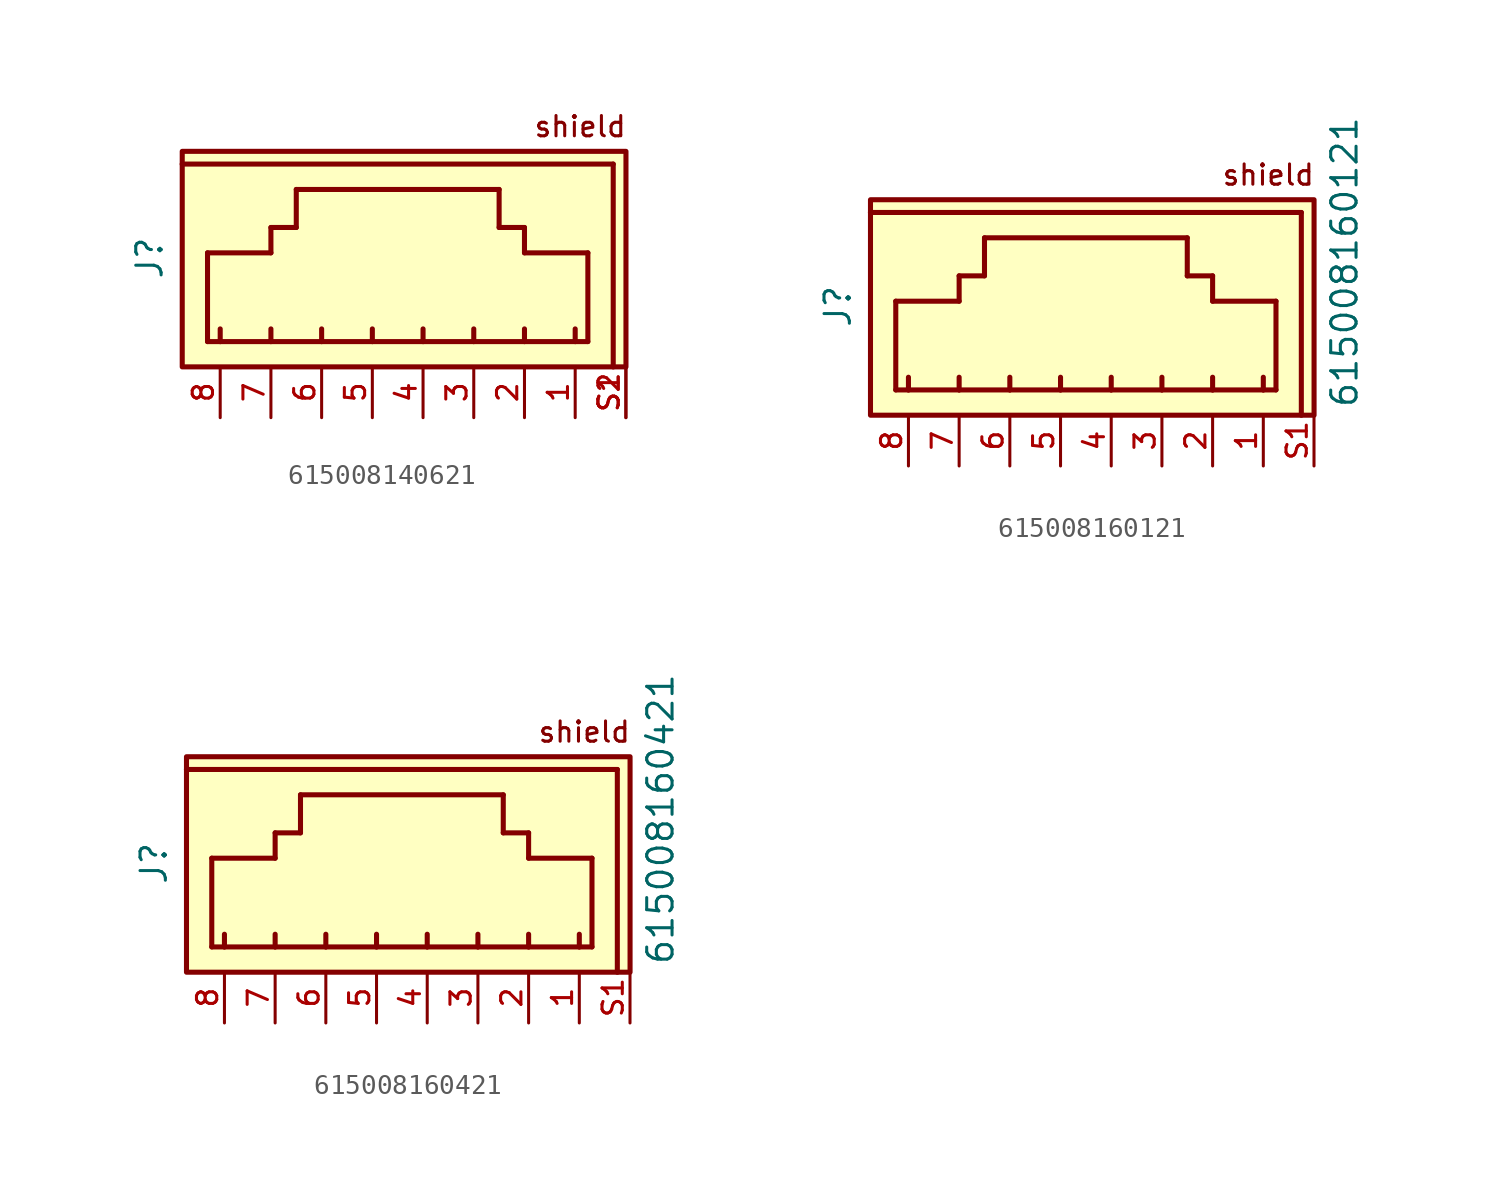
<source format=kicad_sym>
(kicad_symbol_lib
  (version 20231120)
  (generator "kicad_symbol_editor")
  (generator_version "8.0")
  (symbol "615008140621"
    (pin_names
      (offset 1.016))
    (property "Reference" "J"
      (at -12.957 0.378 90)
      (effects (font (size 1.27 1.27)) (justify bottom)))
    (symbol "615008140621_0_0"
      (rectangle (start -12.062 -5.077) (end 10.163 5.718) (stroke (width 0.254) (type default)) (fill (type background)))
      (polyline (pts (xy -12.065 5.08) (xy 9.525 5.08)) (stroke (width 0.254) (type default)) (fill (type none)))
      (polyline (pts (xy -10.795 -3.81) (xy -10.795 0.635)) (stroke (width 0.254) (type default)) (fill (type none)))
      (polyline (pts (xy -10.795 0.635) (xy -7.62 0.635)) (stroke (width 0.254) (type default)) (fill (type none)))
      (polyline (pts (xy -10.16 -3.81) (xy -10.795 -3.81)) (stroke (width 0.254) (type default)) (fill (type none)))
      (polyline (pts (xy -10.16 -3.81) (xy -10.16 -3.175)) (stroke (width 0.254) (type default)) (fill (type none)))
      (polyline (pts (xy -7.62 -3.81) (xy -10.16 -3.81)) (stroke (width 0.254) (type default)) (fill (type none)))
      (polyline (pts (xy -7.62 -3.81) (xy -7.62 -3.175)) (stroke (width 0.254) (type default)) (fill (type none)))
      (polyline (pts (xy -7.62 0.635) (xy -7.62 1.905)) (stroke (width 0.254) (type default)) (fill (type none)))
      (polyline (pts (xy -7.62 1.905) (xy -6.35 1.905)) (stroke (width 0.254) (type default)) (fill (type none)))
      (polyline (pts (xy -6.35 1.905) (xy -6.35 3.81)) (stroke (width 0.254) (type default)) (fill (type none)))
      (polyline (pts (xy -6.35 3.81) (xy 3.81 3.81)) (stroke (width 0.254) (type default)) (fill (type none)))
      (polyline (pts (xy -5.08 -3.81) (xy -7.62 -3.81)) (stroke (width 0.254) (type default)) (fill (type none)))
      (polyline (pts (xy -5.08 -3.81) (xy -5.08 -3.175)) (stroke (width 0.254) (type default)) (fill (type none)))
      (polyline (pts (xy -2.54 -3.81) (xy -5.08 -3.81)) (stroke (width 0.254) (type default)) (fill (type none)))
      (polyline (pts (xy -2.54 -3.81) (xy -2.54 -3.175)) (stroke (width 0.254) (type default)) (fill (type none)))
      (polyline (pts (xy 0 -3.81) (xy -2.54 -3.81)) (stroke (width 0.254) (type default)) (fill (type none)))
      (polyline (pts (xy 0 -3.81) (xy 0 -3.175)) (stroke (width 0.254) (type default)) (fill (type none)))
      (polyline (pts (xy 2.54 -3.81) (xy 0 -3.81)) (stroke (width 0.254) (type default)) (fill (type none)))
      (polyline (pts (xy 2.54 -3.81) (xy 2.54 -3.175)) (stroke (width 0.254) (type default)) (fill (type none)))
      (polyline (pts (xy 3.81 1.905) (xy 3.81 3.81)) (stroke (width 0.254) (type default)) (fill (type none)))
      (polyline (pts (xy 5.08 -3.81) (xy 2.54 -3.81)) (stroke (width 0.254) (type default)) (fill (type none)))
      (polyline (pts (xy 5.08 -3.81) (xy 5.08 -3.175)) (stroke (width 0.254) (type default)) (fill (type none)))
      (polyline (pts (xy 5.08 0.635) (xy 5.08 1.905)) (stroke (width 0.254) (type default)) (fill (type none)))
      (polyline (pts (xy 5.08 1.905) (xy 3.81 1.905)) (stroke (width 0.254) (type default)) (fill (type none)))
      (polyline (pts (xy 7.62 -3.81) (xy 5.08 -3.81)) (stroke (width 0.254) (type default)) (fill (type none)))
      (polyline (pts (xy 7.62 -3.81) (xy 7.62 -3.175)) (stroke (width 0.254) (type default)) (fill (type none)))
      (polyline (pts (xy 8.255 -3.81) (xy 7.62 -3.81)) (stroke (width 0.254) (type default)) (fill (type none)))
      (polyline (pts (xy 8.255 0.635) (xy 5.08 0.635)) (stroke (width 0.254) (type default)) (fill (type none)))
      (polyline (pts (xy 8.255 0.635) (xy 8.255 -3.81)) (stroke (width 0.254) (type default)) (fill (type none)))
      (polyline (pts (xy 9.525 5.08) (xy 9.525 -5.08)) (stroke (width 0.254) (type default)) (fill (type none)))
      (text "shield" (at 5.495 6.365 0) (effects (font (size 1.016 1.016)) (justify left bottom)))
      (pin passive line (at 7.62 -7.62 90) (length 2.54) (name "~" (effects (font (size 1.016 1.016)))) (number "1" (effects (font (size 1.016 1.016)))))
      (pin passive line (at 5.08 -7.62 90) (length 2.54) (name "~" (effects (font (size 1.016 1.016)))) (number "2" (effects (font (size 1.016 1.016)))))
      (pin passive line (at 2.54 -7.62 90) (length 2.54) (name "~" (effects (font (size 1.016 1.016)))) (number "3" (effects (font (size 1.016 1.016)))))
      (pin passive line (at 0 -7.62 90) (length 2.54) (name "~" (effects (font (size 1.016 1.016)))) (number "4" (effects (font (size 1.016 1.016)))))
      (pin passive line (at -2.54 -7.62 90) (length 2.54) (name "~" (effects (font (size 1.016 1.016)))) (number "5" (effects (font (size 1.016 1.016)))))
      (pin passive line (at -5.08 -7.62 90) (length 2.54) (name "~" (effects (font (size 1.016 1.016)))) (number "6" (effects (font (size 1.016 1.016)))))
      (pin passive line (at -7.62 -7.62 90) (length 2.54) (name "~" (effects (font (size 1.016 1.016)))) (number "7" (effects (font (size 1.016 1.016)))))
      (pin passive line (at -10.16 -7.62 90) (length 2.54) (name "~" (effects (font (size 1.016 1.016)))) (number "8" (effects (font (size 1.016 1.016)))))
      (pin passive line (at 10.16 -7.62 90) (length 2.54) (name "~" (effects (font (size 1.016 1.016)))) (number "S1" (effects (font (size 1.016 1.016)))))
      (pin passive line (at 10.16 -7.62 90) (length 2.54) (name "~" (effects (font (size 1.016 1.016)))) (number "S2" (effects (font (size 1.016 1.016)))))))
  (symbol "615008160121"
    (pin_names
      (offset 1.016))
    (property "Reference" "J"
      (at -12.957 0.378 90)
      (effects (font (size 1.27 1.27)) (justify bottom)))
    (property "Value" "615008160121"
      (at 12.43 -4.764 90)
      (effects (font (size 1.27 1.27)) (justify left bottom)))
    (symbol "615008160121_0_0"
      (rectangle (start -12.062 -5.077) (end 10.163 5.718) (stroke (width 0.254) (type default)) (fill (type background)))
      (polyline (pts (xy -12.065 5.08) (xy 9.525 5.08)) (stroke (width 0.254) (type default)) (fill (type none)))
      (polyline (pts (xy -10.795 -3.81) (xy -10.795 0.635)) (stroke (width 0.254) (type default)) (fill (type none)))
      (polyline (pts (xy -10.795 0.635) (xy -7.62 0.635)) (stroke (width 0.254) (type default)) (fill (type none)))
      (polyline (pts (xy -10.16 -3.81) (xy -10.795 -3.81)) (stroke (width 0.254) (type default)) (fill (type none)))
      (polyline (pts (xy -10.16 -3.81) (xy -10.16 -3.175)) (stroke (width 0.254) (type default)) (fill (type none)))
      (polyline (pts (xy -7.62 -3.81) (xy -10.16 -3.81)) (stroke (width 0.254) (type default)) (fill (type none)))
      (polyline (pts (xy -7.62 -3.81) (xy -7.62 -3.175)) (stroke (width 0.254) (type default)) (fill (type none)))
      (polyline (pts (xy -7.62 0.635) (xy -7.62 1.905)) (stroke (width 0.254) (type default)) (fill (type none)))
      (polyline (pts (xy -7.62 1.905) (xy -6.35 1.905)) (stroke (width 0.254) (type default)) (fill (type none)))
      (polyline (pts (xy -6.35 1.905) (xy -6.35 3.81)) (stroke (width 0.254) (type default)) (fill (type none)))
      (polyline (pts (xy -6.35 3.81) (xy 3.81 3.81)) (stroke (width 0.254) (type default)) (fill (type none)))
      (polyline (pts (xy -5.08 -3.81) (xy -7.62 -3.81)) (stroke (width 0.254) (type default)) (fill (type none)))
      (polyline (pts (xy -5.08 -3.81) (xy -5.08 -3.175)) (stroke (width 0.254) (type default)) (fill (type none)))
      (polyline (pts (xy -2.54 -3.81) (xy -5.08 -3.81)) (stroke (width 0.254) (type default)) (fill (type none)))
      (polyline (pts (xy -2.54 -3.81) (xy -2.54 -3.175)) (stroke (width 0.254) (type default)) (fill (type none)))
      (polyline (pts (xy 0 -3.81) (xy -2.54 -3.81)) (stroke (width 0.254) (type default)) (fill (type none)))
      (polyline (pts (xy 0 -3.81) (xy 0 -3.175)) (stroke (width 0.254) (type default)) (fill (type none)))
      (polyline (pts (xy 2.54 -3.81) (xy 0 -3.81)) (stroke (width 0.254) (type default)) (fill (type none)))
      (polyline (pts (xy 2.54 -3.81) (xy 2.54 -3.175)) (stroke (width 0.254) (type default)) (fill (type none)))
      (polyline (pts (xy 3.81 1.905) (xy 3.81 3.81)) (stroke (width 0.254) (type default)) (fill (type none)))
      (polyline (pts (xy 5.08 -3.81) (xy 2.54 -3.81)) (stroke (width 0.254) (type default)) (fill (type none)))
      (polyline (pts (xy 5.08 -3.81) (xy 5.08 -3.175)) (stroke (width 0.254) (type default)) (fill (type none)))
      (polyline (pts (xy 5.08 0.635) (xy 5.08 1.905)) (stroke (width 0.254) (type default)) (fill (type none)))
      (polyline (pts (xy 5.08 1.905) (xy 3.81 1.905)) (stroke (width 0.254) (type default)) (fill (type none)))
      (polyline (pts (xy 7.62 -3.81) (xy 5.08 -3.81)) (stroke (width 0.254) (type default)) (fill (type none)))
      (polyline (pts (xy 7.62 -3.81) (xy 7.62 -3.175)) (stroke (width 0.254) (type default)) (fill (type none)))
      (polyline (pts (xy 8.255 -3.81) (xy 7.62 -3.81)) (stroke (width 0.254) (type default)) (fill (type none)))
      (polyline (pts (xy 8.255 0.635) (xy 5.08 0.635)) (stroke (width 0.254) (type default)) (fill (type none)))
      (polyline (pts (xy 8.255 0.635) (xy 8.255 -3.81)) (stroke (width 0.254) (type default)) (fill (type none)))
      (polyline (pts (xy 9.525 5.08) (xy 9.525 -5.08)) (stroke (width 0.254) (type default)) (fill (type none)))
      (text "shield" (at 5.495 6.365 0) (effects (font (size 1.016 1.016)) (justify left bottom)))
      (pin passive line (at 7.62 -7.62 90) (length 2.54) (name "~" (effects (font (size 1.016 1.016)))) (number "1" (effects (font (size 1.016 1.016)))))
      (pin passive line (at 5.08 -7.62 90) (length 2.54) (name "~" (effects (font (size 1.016 1.016)))) (number "2" (effects (font (size 1.016 1.016)))))
      (pin passive line (at 2.54 -7.62 90) (length 2.54) (name "~" (effects (font (size 1.016 1.016)))) (number "3" (effects (font (size 1.016 1.016)))))
      (pin passive line (at 0 -7.62 90) (length 2.54) (name "~" (effects (font (size 1.016 1.016)))) (number "4" (effects (font (size 1.016 1.016)))))
      (pin passive line (at -2.54 -7.62 90) (length 2.54) (name "~" (effects (font (size 1.016 1.016)))) (number "5" (effects (font (size 1.016 1.016)))))
      (pin passive line (at -5.08 -7.62 90) (length 2.54) (name "~" (effects (font (size 1.016 1.016)))) (number "6" (effects (font (size 1.016 1.016)))))
      (pin passive line (at -7.62 -7.62 90) (length 2.54) (name "~" (effects (font (size 1.016 1.016)))) (number "7" (effects (font (size 1.016 1.016)))))
      (pin passive line (at -10.16 -7.62 90) (length 2.54) (name "~" (effects (font (size 1.016 1.016)))) (number "8" (effects (font (size 1.016 1.016)))))
      (pin passive line (at 10.16 -7.62 90) (length 2.54) (name "~" (effects (font (size 1.016 1.016)))) (number "S1" (effects (font (size 1.016 1.016)))))))
  (symbol "615008160421"
    (pin_names
      (offset 1.016))
    (property "Reference" "J"
      (at -12.957 0.378 90)
      (effects (font (size 1.27 1.27)) (justify bottom)))
    (property "Value" "615008160421"
      (at 12.43 -4.764 90)
      (effects (font (size 1.27 1.27)) (justify left bottom)))
    (symbol "615008160421_0_0"
      (rectangle (start -12.062 -5.077) (end 10.163 5.718) (stroke (width 0.254) (type default)) (fill (type background)))
      (polyline (pts (xy -12.065 5.08) (xy 9.525 5.08)) (stroke (width 0.254) (type default)) (fill (type none)))
      (polyline (pts (xy -10.795 -3.81) (xy -10.795 0.635)) (stroke (width 0.254) (type default)) (fill (type none)))
      (polyline (pts (xy -10.795 0.635) (xy -7.62 0.635)) (stroke (width 0.254) (type default)) (fill (type none)))
      (polyline (pts (xy -10.16 -3.81) (xy -10.795 -3.81)) (stroke (width 0.254) (type default)) (fill (type none)))
      (polyline (pts (xy -10.16 -3.81) (xy -10.16 -3.175)) (stroke (width 0.254) (type default)) (fill (type none)))
      (polyline (pts (xy -7.62 -3.81) (xy -10.16 -3.81)) (stroke (width 0.254) (type default)) (fill (type none)))
      (polyline (pts (xy -7.62 -3.81) (xy -7.62 -3.175)) (stroke (width 0.254) (type default)) (fill (type none)))
      (polyline (pts (xy -7.62 0.635) (xy -7.62 1.905)) (stroke (width 0.254) (type default)) (fill (type none)))
      (polyline (pts (xy -7.62 1.905) (xy -6.35 1.905)) (stroke (width 0.254) (type default)) (fill (type none)))
      (polyline (pts (xy -6.35 1.905) (xy -6.35 3.81)) (stroke (width 0.254) (type default)) (fill (type none)))
      (polyline (pts (xy -6.35 3.81) (xy 3.81 3.81)) (stroke (width 0.254) (type default)) (fill (type none)))
      (polyline (pts (xy -5.08 -3.81) (xy -7.62 -3.81)) (stroke (width 0.254) (type default)) (fill (type none)))
      (polyline (pts (xy -5.08 -3.81) (xy -5.08 -3.175)) (stroke (width 0.254) (type default)) (fill (type none)))
      (polyline (pts (xy -2.54 -3.81) (xy -5.08 -3.81)) (stroke (width 0.254) (type default)) (fill (type none)))
      (polyline (pts (xy -2.54 -3.81) (xy -2.54 -3.175)) (stroke (width 0.254) (type default)) (fill (type none)))
      (polyline (pts (xy 0 -3.81) (xy -2.54 -3.81)) (stroke (width 0.254) (type default)) (fill (type none)))
      (polyline (pts (xy 0 -3.81) (xy 0 -3.175)) (stroke (width 0.254) (type default)) (fill (type none)))
      (polyline (pts (xy 2.54 -3.81) (xy 0 -3.81)) (stroke (width 0.254) (type default)) (fill (type none)))
      (polyline (pts (xy 2.54 -3.81) (xy 2.54 -3.175)) (stroke (width 0.254) (type default)) (fill (type none)))
      (polyline (pts (xy 3.81 1.905) (xy 3.81 3.81)) (stroke (width 0.254) (type default)) (fill (type none)))
      (polyline (pts (xy 5.08 -3.81) (xy 2.54 -3.81)) (stroke (width 0.254) (type default)) (fill (type none)))
      (polyline (pts (xy 5.08 -3.81) (xy 5.08 -3.175)) (stroke (width 0.254) (type default)) (fill (type none)))
      (polyline (pts (xy 5.08 0.635) (xy 5.08 1.905)) (stroke (width 0.254) (type default)) (fill (type none)))
      (polyline (pts (xy 5.08 1.905) (xy 3.81 1.905)) (stroke (width 0.254) (type default)) (fill (type none)))
      (polyline (pts (xy 7.62 -3.81) (xy 5.08 -3.81)) (stroke (width 0.254) (type default)) (fill (type none)))
      (polyline (pts (xy 7.62 -3.81) (xy 7.62 -3.175)) (stroke (width 0.254) (type default)) (fill (type none)))
      (polyline (pts (xy 8.255 -3.81) (xy 7.62 -3.81)) (stroke (width 0.254) (type default)) (fill (type none)))
      (polyline (pts (xy 8.255 0.635) (xy 5.08 0.635)) (stroke (width 0.254) (type default)) (fill (type none)))
      (polyline (pts (xy 8.255 0.635) (xy 8.255 -3.81)) (stroke (width 0.254) (type default)) (fill (type none)))
      (polyline (pts (xy 9.525 5.08) (xy 9.525 -5.08)) (stroke (width 0.254) (type default)) (fill (type none)))
      (text "shield" (at 5.495 6.365 0) (effects (font (size 1.016 1.016)) (justify left bottom)))
      (pin passive line (at 7.62 -7.62 90) (length 2.54) (name "~" (effects (font (size 1.016 1.016)))) (number "1" (effects (font (size 1.016 1.016)))))
      (pin passive line (at 5.08 -7.62 90) (length 2.54) (name "~" (effects (font (size 1.016 1.016)))) (number "2" (effects (font (size 1.016 1.016)))))
      (pin passive line (at 2.54 -7.62 90) (length 2.54) (name "~" (effects (font (size 1.016 1.016)))) (number "3" (effects (font (size 1.016 1.016)))))
      (pin passive line (at 0 -7.62 90) (length 2.54) (name "~" (effects (font (size 1.016 1.016)))) (number "4" (effects (font (size 1.016 1.016)))))
      (pin passive line (at -2.54 -7.62 90) (length 2.54) (name "~" (effects (font (size 1.016 1.016)))) (number "5" (effects (font (size 1.016 1.016)))))
      (pin passive line (at -5.08 -7.62 90) (length 2.54) (name "~" (effects (font (size 1.016 1.016)))) (number "6" (effects (font (size 1.016 1.016)))))
      (pin passive line (at -7.62 -7.62 90) (length 2.54) (name "~" (effects (font (size 1.016 1.016)))) (number "7" (effects (font (size 1.016 1.016)))))
      (pin passive line (at -10.16 -7.62 90) (length 2.54) (name "~" (effects (font (size 1.016 1.016)))) (number "8" (effects (font (size 1.016 1.016)))))
      (pin passive line (at 10.16 -7.62 90) (length 2.54) (name "~" (effects (font (size 1.016 1.016)))) (number "S1" (effects (font (size 1.016 1.016))))))))
</source>
